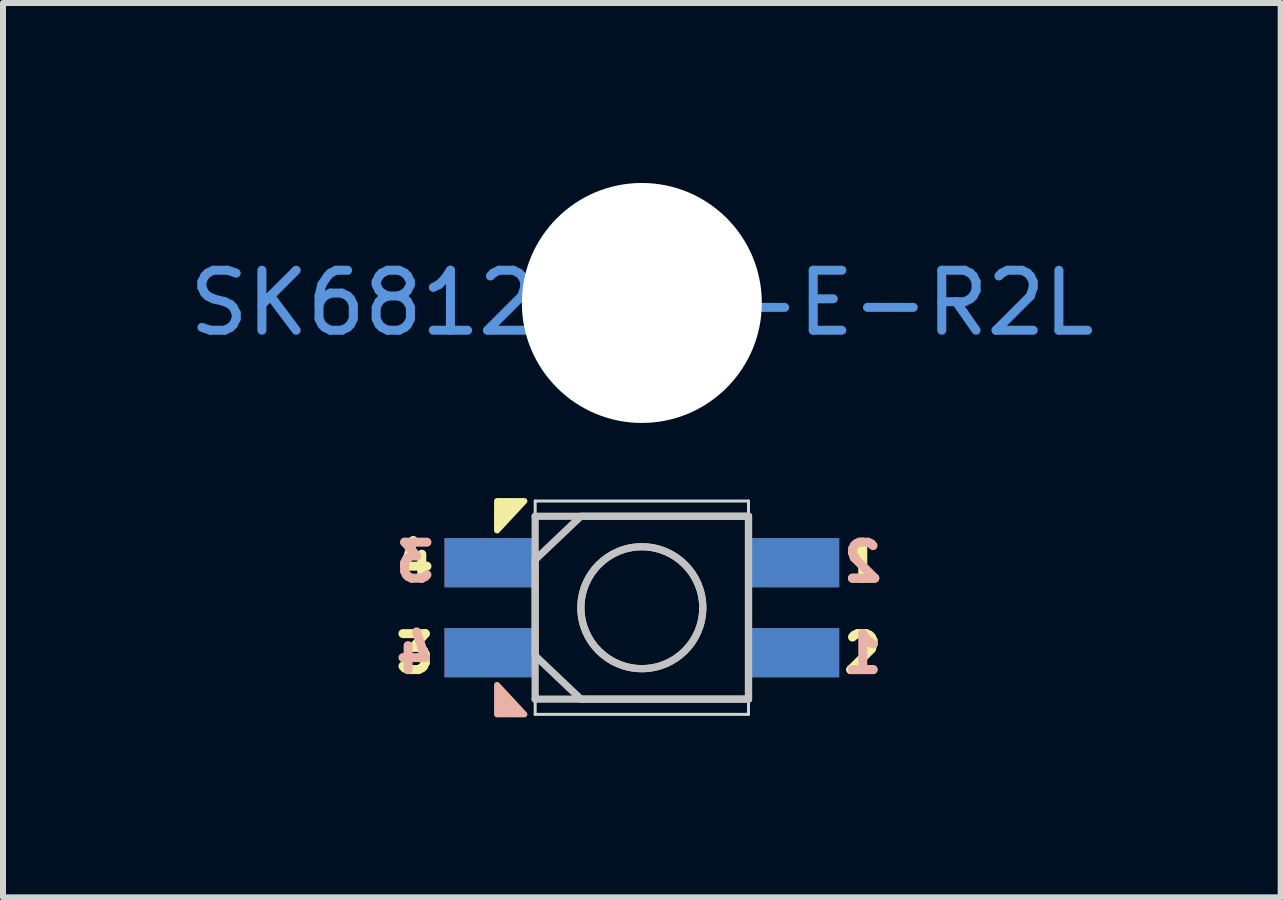
<source format=kicad_pcb>
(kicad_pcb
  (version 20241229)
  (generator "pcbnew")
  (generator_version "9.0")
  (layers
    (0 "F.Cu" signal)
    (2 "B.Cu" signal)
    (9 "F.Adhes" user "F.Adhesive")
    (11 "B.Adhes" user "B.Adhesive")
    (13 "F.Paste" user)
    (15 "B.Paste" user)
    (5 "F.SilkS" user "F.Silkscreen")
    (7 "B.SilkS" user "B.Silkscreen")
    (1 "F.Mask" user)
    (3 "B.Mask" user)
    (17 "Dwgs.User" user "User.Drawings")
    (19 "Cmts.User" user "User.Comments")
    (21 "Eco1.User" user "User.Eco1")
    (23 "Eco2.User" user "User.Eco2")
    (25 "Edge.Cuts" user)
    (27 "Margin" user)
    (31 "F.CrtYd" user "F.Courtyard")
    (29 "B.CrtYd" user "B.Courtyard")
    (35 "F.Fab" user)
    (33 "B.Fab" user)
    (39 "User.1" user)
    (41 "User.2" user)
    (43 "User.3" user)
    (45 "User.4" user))
  (footprint "SK6812MINI-E-R2L"
    (layer "F.Cu")
    (at 7.649 2)
    (property "Reference" "SK6812MINI-E-R2L" (at 0 0 0) (layer "Cmts.User") (effects (font (size 1 1) (thickness 0.15))))
    (attr through_hole)
    (fp_poly (pts (xy -2.413 3.792) (xy -2.413 3.302) (xy -1.958 3.302)) (stroke (width 0.1) (type solid)) (fill yes) (layer "F.SilkS"))
    (fp_poly (pts (xy -2.413 6.368) (xy -2.413 6.858) (xy -1.958 6.858)) (stroke (width 0.1) (type solid)) (fill yes) (layer "B.SilkS"))
    (fp_line (start -1.778 3.556) (end -1.778 5.88) (stroke (width 0.12) (type solid)) (layer "Dwgs.User"))
    (fp_line (start -1.778 3.556) (end 1.778 3.556) (stroke (width 0.12) (type solid)) (layer "Dwgs.User"))
    (fp_line (start -1.778 6.604) (end -1.778 4.28) (stroke (width 0.12) (type solid)) (layer "Dwgs.User"))
    (fp_line (start -1.778 6.604) (end 1.778 6.604) (stroke (width 0.12) (type solid)) (layer "Dwgs.User"))
    (fp_line (start -1.016 3.556) (end -1.778 4.28) (stroke (width 0.12) (type solid)) (layer "Dwgs.User"))
    (fp_line (start -1.016 6.604) (end -1.778 5.88) (stroke (width 0.12) (type solid)) (layer "Dwgs.User"))
    (fp_line (start -1 3.556) (end 1.778 3.556) (stroke (width 0.12) (type solid)) (layer "Dwgs.User"))
    (fp_line (start -1 6.604) (end 1.778 6.604) (stroke (width 0.12) (type solid)) (layer "Dwgs.User"))
    (fp_line (start 1.778 3.556) (end 1.778 6.604) (stroke (width 0.12) (type solid)) (layer "Dwgs.User"))
    (fp_line (start 1.778 6.604) (end 1.778 3.556) (stroke (width 0.12) (type solid)) (layer "Dwgs.User"))
    (fp_circle (center 0 5.08) (end -1.016 5.08) (stroke (width 0.12) (type solid)) (fill no) (layer "Dwgs.User"))
    (fp_circle (center 0 5.08) (end -1.016 5.08) (stroke (width 0.12) (type solid)) (fill no) (layer "Dwgs.User"))
    (fp_line (start -1.778 3.302) (end -1.778 6.858) (stroke (width 0.05) (type solid)) (layer "Edge.Cuts"))
    (fp_line (start 1.778 3.302) (end -1.778 3.302) (stroke (width 0.05) (type solid)) (layer "Edge.Cuts"))
    (fp_line (start 1.778 6.858) (end -1.778 6.858) (stroke (width 0.05) (type solid)) (layer "Edge.Cuts"))
    (fp_line (start 1.778 6.858) (end 1.778 3.302) (stroke (width 0.05) (type solid)) (layer "Edge.Cuts"))
    (fp_text user "4" (at -3.782 4.318 0) (layer "F.SilkS") (effects (font (size 0.6 0.6) (thickness 0.15))))
    (fp_text user "2" (at 3.683 5.842 0) (layer "F.SilkS") (effects (font (size 0.6 0.6) (thickness 0.15))))
    (fp_text user "1" (at 3.683 4.318 0) (layer "F.SilkS") (effects (font (size 0.6 0.6) (thickness 0.15))))
    (fp_text user "3" (at -3.782 5.842 0) (layer "F.SilkS") (effects (font (size 0.6 0.6) (thickness 0.15))))
    (fp_text user "4" (at -3.782 5.842 0) (layer "B.SilkS") (effects (font (size 0.6 0.6) (thickness 0.15)) (justify mirror)))
    (fp_text user "3" (at -3.782 4.318 0) (layer "B.SilkS") (effects (font (size 0.6 0.6) (thickness 0.15)) (justify mirror)))
    (fp_text user "1" (at 3.683 5.842 0) (layer "B.SilkS") (effects (font (size 0.6 0.6) (thickness 0.15)) (justify mirror)))
    (fp_text user "2" (at 3.683 4.318 0) (layer "B.SilkS") (effects (font (size 0.6 0.6) (thickness 0.15)) (justify mirror)))
    (pad "" np_thru_hole circle (at 0 0 90) (size 4 4) (drill 4) (layers "*.Cu" "*.Mask"))
    (pad "1" smd rect (at 2.54 4.33 180) (size 1.5 0.82) (layers "F.Cu" "F.Mask" "F.Paste"))
    (pad "1" smd rect (at 2.54 5.83 180) (size 1.5 0.82) (layers "B.Cu" "B.Mask" "B.Paste"))
    (pad "2" smd trapezoid (at 2.54 4.33 180) (size 1.5 0.82) (layers "B.Cu" "B.Mask" "B.Paste"))
    (pad "2" smd trapezoid (at 2.54 5.83 180) (size 1.5 0.82) (layers "F.Cu" "F.Mask" "F.Paste"))
    (pad "3" smd rect (at -2.54 4.33 180) (size 1.5 0.82) (layers "B.Cu" "B.Mask" "B.Paste"))
    (pad "3" smd rect (at -2.54 5.83 180) (size 1.5 0.82) (layers "F.Cu" "F.Mask" "F.Paste"))
    (pad "4" smd rect (at -2.54 4.33 180) (size 1.5 0.82) (layers "F.Cu" "F.Mask" "F.Paste"))
    (pad "4" smd rect (at -2.54 5.83 180) (size 1.5 0.82) (layers "B.Cu" "B.Mask" "B.Paste")))
  (gr_rect
    (start -3 -3)
    (end 18.298 11.908)
    (stroke (width 0.1) (type default))
    (fill no)
    (layer "Edge.Cuts")))
</source>
